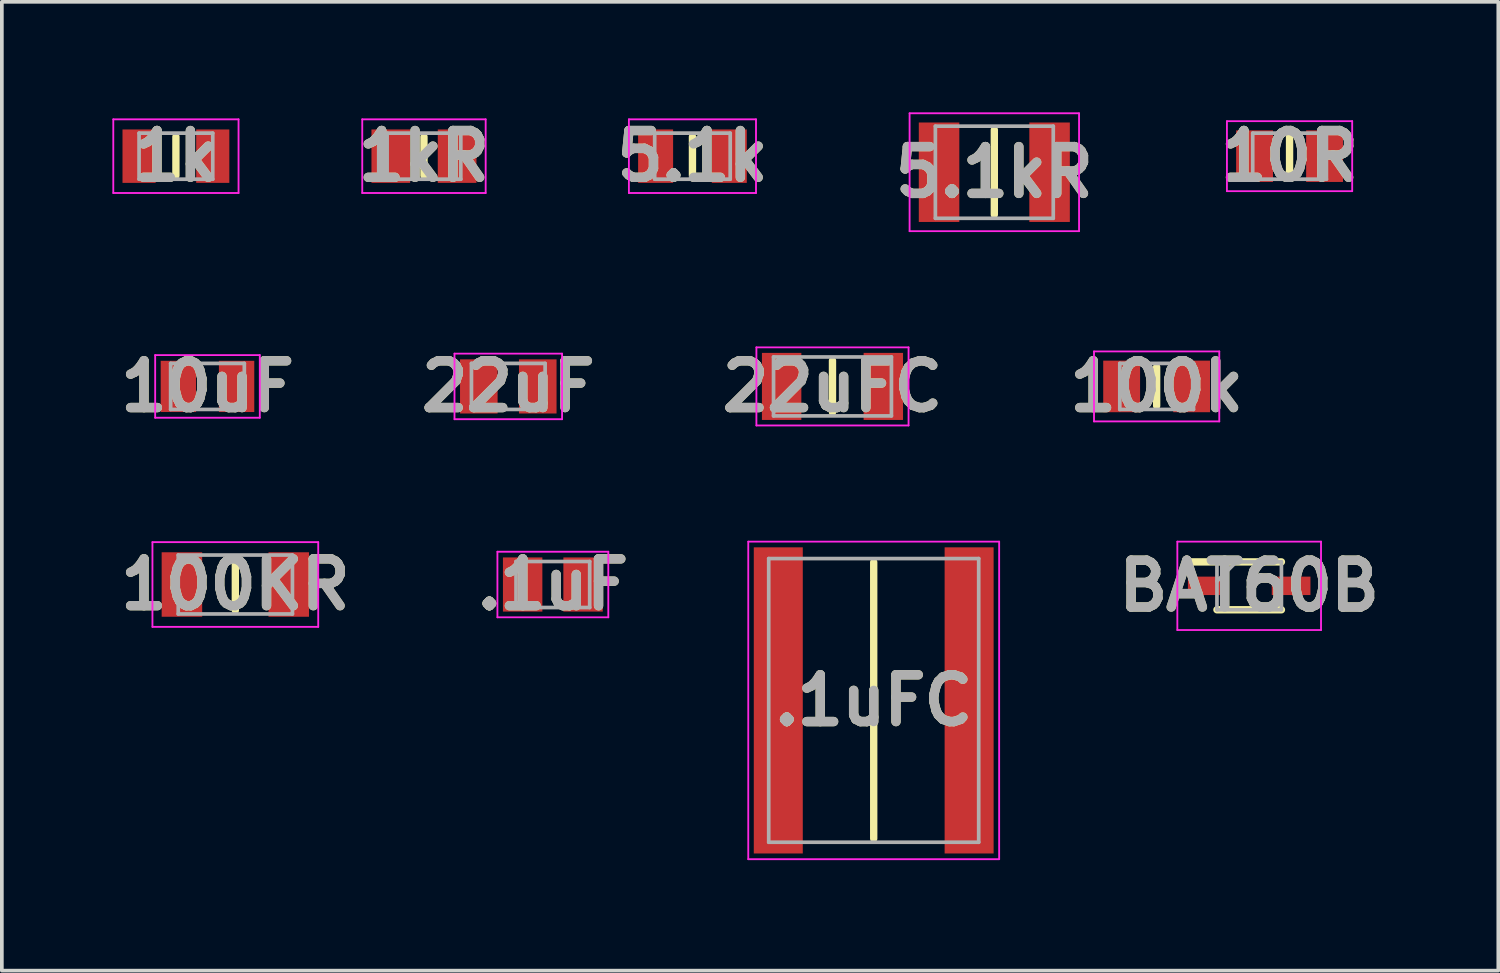
<source format=kicad_pcb>
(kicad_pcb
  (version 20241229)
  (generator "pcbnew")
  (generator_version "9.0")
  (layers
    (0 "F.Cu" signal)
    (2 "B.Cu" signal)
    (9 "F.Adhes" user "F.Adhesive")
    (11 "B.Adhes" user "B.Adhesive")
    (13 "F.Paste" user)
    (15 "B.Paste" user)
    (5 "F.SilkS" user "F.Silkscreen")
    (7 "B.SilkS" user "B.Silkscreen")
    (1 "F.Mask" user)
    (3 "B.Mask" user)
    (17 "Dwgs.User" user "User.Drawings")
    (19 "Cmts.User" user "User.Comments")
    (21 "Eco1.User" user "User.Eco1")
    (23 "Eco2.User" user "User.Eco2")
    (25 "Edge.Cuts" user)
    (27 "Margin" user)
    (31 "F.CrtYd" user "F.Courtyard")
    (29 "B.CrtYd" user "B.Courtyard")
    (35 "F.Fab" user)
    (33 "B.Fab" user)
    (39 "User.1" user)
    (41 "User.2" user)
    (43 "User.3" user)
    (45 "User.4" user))
  (footprint "BAT60B"
    (layer "F.Cu")
    (at 30.858 12.852)
    (property "Reference" "BAT60B" (at 0 0 0) (layer "F.SilkS") (effects (font (size 1.27 1.27) (thickness 0.254))))
    (attr smd)
    (fp_line (start -1.662 -0.65) (end 0.875 -0.65) (stroke (width 0.2) (type solid)) (layer "F.SilkS"))
    (fp_line (start -0.875 0.65) (end 0.875 0.65) (stroke (width 0.2) (type solid)) (layer "F.SilkS"))
    (fp_line (start -1.95 -1.2) (end 1.95 -1.2) (stroke (width 0.05) (type solid)) (layer "F.CrtYd"))
    (fp_line (start -1.95 1.2) (end -1.95 -1.2) (stroke (width 0.05) (type solid)) (layer "F.CrtYd"))
    (fp_line (start 1.95 -1.2) (end 1.95 1.2) (stroke (width 0.05) (type solid)) (layer "F.CrtYd"))
    (fp_line (start 1.95 1.2) (end -1.95 1.2) (stroke (width 0.05) (type solid)) (layer "F.CrtYd"))
    (fp_line (start -0.875 -0.65) (end 0.875 -0.65) (stroke (width 0.1) (type solid)) (layer "F.Fab"))
    (fp_line (start -0.875 -0.125) (end -0.35 -0.65) (stroke (width 0.1) (type solid)) (layer "F.Fab"))
    (fp_line (start -0.875 0.65) (end -0.875 -0.65) (stroke (width 0.1) (type solid)) (layer "F.Fab"))
    (fp_line (start 0.875 -0.65) (end 0.875 0.65) (stroke (width 0.1) (type solid)) (layer "F.Fab"))
    (fp_line (start 0.875 0.65) (end -0.875 0.65) (stroke (width 0.1) (type solid)) (layer "F.Fab"))
    (fp_text user "${REFERENCE}" (at 0 0 0) (layer "F.Fab") (effects (font (size 1.27 1.27) (thickness 0.254))))
    (pad "1" smd rect (at -1.138 0 90) (size 0.5 1.05) (layers "F.Cu" "F.Mask" "F.Paste"))
    (pad "2" smd rect (at 1.138 0 90) (size 0.5 1.05) (layers "F.Cu" "F.Mask" "F.Paste")))
  (footprint "10uF"
    (layer "F.Cu")
    (at 2.582 7.439)
    (property "Reference" "10uF" (at 0 0 0) (layer "F.SilkS") (effects (font (size 1.27 1.27) (thickness 0.254))))
    (attr smd)
    (fp_line (start -1.42 -0.85) (end 1.42 -0.85) (stroke (width 0.05) (type solid)) (layer "F.CrtYd"))
    (fp_line (start -1.42 0.85) (end -1.42 -0.85) (stroke (width 0.05) (type solid)) (layer "F.CrtYd"))
    (fp_line (start 1.42 -0.85) (end 1.42 0.85) (stroke (width 0.05) (type solid)) (layer "F.CrtYd"))
    (fp_line (start 1.42 0.85) (end -1.42 0.85) (stroke (width 0.05) (type solid)) (layer "F.CrtYd"))
    (fp_line (start -1 -0.625) (end 1 -0.625) (stroke (width 0.1) (type solid)) (layer "F.Fab"))
    (fp_line (start -1 0.625) (end -1 -0.625) (stroke (width 0.1) (type solid)) (layer "F.Fab"))
    (fp_line (start 1 -0.625) (end 1 0.625) (stroke (width 0.1) (type solid)) (layer "F.Fab"))
    (fp_line (start 1 0.625) (end -1 0.625) (stroke (width 0.1) (type solid)) (layer "F.Fab"))
    (fp_text user "${REFERENCE}" (at 0 0 0) (layer "F.Fab") (effects (font (size 1.27 1.27) (thickness 0.254))))
    (pad "1" smd rect (at -0.79 0) (size 0.96 1.39) (layers "F.Cu" "F.Mask" "F.Paste"))
    (pad "2" smd rect (at 0.79 0) (size 0.96 1.39) (layers "F.Cu" "F.Mask" "F.Paste")))
  (footprint ".1uFC"
    (layer "F.Cu")
    (at 20.666 15.962)
    (property "Reference" ".1uFC" (at 0 0 0) (layer "F.SilkS") (effects (font (size 1.27 1.27) (thickness 0.254))))
    (attr smd)
    (fp_line (start 0 -3.75) (end 0 3.75) (stroke (width 0.2) (type solid)) (layer "F.SilkS"))
    (fp_line (start -3.405 -4.31) (end 3.405 -4.31) (stroke (width 0.05) (type solid)) (layer "F.CrtYd"))
    (fp_line (start -3.405 4.31) (end -3.405 -4.31) (stroke (width 0.05) (type solid)) (layer "F.CrtYd"))
    (fp_line (start 3.405 -4.31) (end 3.405 4.31) (stroke (width 0.05) (type solid)) (layer "F.CrtYd"))
    (fp_line (start 3.405 4.31) (end -3.405 4.31) (stroke (width 0.05) (type solid)) (layer "F.CrtYd"))
    (fp_line (start -2.85 -3.85) (end 2.85 -3.85) (stroke (width 0.1) (type solid)) (layer "F.Fab"))
    (fp_line (start -2.85 3.85) (end -2.85 -3.85) (stroke (width 0.1) (type solid)) (layer "F.Fab"))
    (fp_line (start 2.85 -3.85) (end 2.85 3.85) (stroke (width 0.1) (type solid)) (layer "F.Fab"))
    (fp_line (start 2.85 3.85) (end -2.85 3.85) (stroke (width 0.1) (type solid)) (layer "F.Fab"))
    (fp_text user "${REFERENCE}" (at 0 0 0) (layer "F.Fab") (effects (font (size 1.27 1.27) (thickness 0.254))))
    (pad "1" smd rect (at -2.59 0) (size 1.33 8.31) (layers "F.Cu" "F.Mask" "F.Paste"))
    (pad "2" smd rect (at 2.59 0) (size 1.33 8.31) (layers "F.Cu" "F.Mask" "F.Paste")))
  (footprint "22uFC"
    (layer "F.Cu")
    (at 19.547 7.439)
    (property "Reference" "22uFC" (at 0 0 0) (layer "F.SilkS") (effects (font (size 1.27 1.27) (thickness 0.254))))
    (attr smd)
    (fp_line (start 0 -0.7) (end 0 0.7) (stroke (width 0.2) (type solid)) (layer "F.SilkS"))
    (fp_line (start -2.065 -1.06) (end 2.065 -1.06) (stroke (width 0.05) (type solid)) (layer "F.CrtYd"))
    (fp_line (start -2.065 1.06) (end -2.065 -1.06) (stroke (width 0.05) (type solid)) (layer "F.CrtYd"))
    (fp_line (start 2.065 -1.06) (end 2.065 1.06) (stroke (width 0.05) (type solid)) (layer "F.CrtYd"))
    (fp_line (start 2.065 1.06) (end -2.065 1.06) (stroke (width 0.05) (type solid)) (layer "F.CrtYd"))
    (fp_line (start -1.6 -0.8) (end 1.6 -0.8) (stroke (width 0.1) (type solid)) (layer "F.Fab"))
    (fp_line (start -1.6 0.8) (end -1.6 -0.8) (stroke (width 0.1) (type solid)) (layer "F.Fab"))
    (fp_line (start 1.6 -0.8) (end 1.6 0.8) (stroke (width 0.1) (type solid)) (layer "F.Fab"))
    (fp_line (start 1.6 0.8) (end -1.6 0.8) (stroke (width 0.1) (type solid)) (layer "F.Fab"))
    (fp_text user "${REFERENCE}" (at 0 0 0) (layer "F.Fab") (effects (font (size 1.27 1.27) (thickness 0.254))))
    (pad "1" smd rect (at -1.38 0) (size 1.07 1.82) (layers "F.Cu" "F.Mask" "F.Paste"))
    (pad "2" smd rect (at 1.38 0) (size 1.07 1.82) (layers "F.Cu" "F.Mask" "F.Paste")))
  (footprint "100k"
    (layer "F.Cu")
    (at 28.346 7.439)
    (property "Reference" "100k" (at 0 0 0) (layer "F.SilkS") (effects (font (size 1.27 1.27) (thickness 0.254))))
    (attr smd)
    (fp_line (start 0 -0.525) (end 0 0.525) (stroke (width 0.2) (type solid)) (layer "F.SilkS"))
    (fp_line (start -1.7 -0.95) (end 1.7 -0.95) (stroke (width 0.05) (type solid)) (layer "F.CrtYd"))
    (fp_line (start -1.7 0.95) (end -1.7 -0.95) (stroke (width 0.05) (type solid)) (layer "F.CrtYd"))
    (fp_line (start 1.7 -0.95) (end 1.7 0.95) (stroke (width 0.05) (type solid)) (layer "F.CrtYd"))
    (fp_line (start 1.7 0.95) (end -1.7 0.95) (stroke (width 0.05) (type solid)) (layer "F.CrtYd"))
    (fp_line (start -1 -0.625) (end 1 -0.625) (stroke (width 0.1) (type solid)) (layer "F.Fab"))
    (fp_line (start -1 0.625) (end -1 -0.625) (stroke (width 0.1) (type solid)) (layer "F.Fab"))
    (fp_line (start 1 -0.625) (end 1 0.625) (stroke (width 0.1) (type solid)) (layer "F.Fab"))
    (fp_line (start 1 0.625) (end -1 0.625) (stroke (width 0.1) (type solid)) (layer "F.Fab"))
    (fp_text user "${REFERENCE}" (at 0 0 0) (layer "F.Fab") (effects (font (size 1.27 1.27) (thickness 0.254))))
    (pad "1" smd rect (at -0.95 0) (size 1 1.4) (layers "F.Cu" "F.Mask" "F.Paste"))
    (pad "2" smd rect (at 0.95 0) (size 1 1.4) (layers "F.Cu" "F.Mask" "F.Paste")))
  (footprint "5.1k"
    (layer "F.Cu")
    (at 15.746 1.189)
    (property "Reference" "5.1k" (at 0 0 0) (layer "F.SilkS") (effects (font (size 1.27 1.27) (thickness 0.254))))
    (attr smd)
    (fp_line (start 0 -0.525) (end 0 0.525) (stroke (width 0.2) (type solid)) (layer "F.SilkS"))
    (fp_line (start -1.725 -1) (end 1.725 -1) (stroke (width 0.05) (type solid)) (layer "F.CrtYd"))
    (fp_line (start -1.725 1) (end -1.725 -1) (stroke (width 0.05) (type solid)) (layer "F.CrtYd"))
    (fp_line (start 1.725 -1) (end 1.725 1) (stroke (width 0.05) (type solid)) (layer "F.CrtYd"))
    (fp_line (start 1.725 1) (end -1.725 1) (stroke (width 0.05) (type solid)) (layer "F.CrtYd"))
    (fp_line (start -1.025 -0.625) (end 1.025 -0.625) (stroke (width 0.1) (type solid)) (layer "F.Fab"))
    (fp_line (start -1.025 0.625) (end -1.025 -0.625) (stroke (width 0.1) (type solid)) (layer "F.Fab"))
    (fp_line (start 1.025 -0.625) (end 1.025 0.625) (stroke (width 0.1) (type solid)) (layer "F.Fab"))
    (fp_line (start 1.025 0.625) (end -1.025 0.625) (stroke (width 0.1) (type solid)) (layer "F.Fab"))
    (fp_text user "${REFERENCE}" (at 0 0 0) (layer "F.Fab") (effects (font (size 1.27 1.27) (thickness 0.254))))
    (pad "1" smd rect (at -1 0) (size 0.95 1.45) (layers "F.Cu" "F.Mask" "F.Paste"))
    (pad "2" smd rect (at 1 0) (size 0.95 1.45) (layers "F.Cu" "F.Mask" "F.Paste")))
  (footprint "1k"
    (layer "F.Cu")
    (at 1.725 1.189)
    (property "Reference" "1k" (at 0 0 0) (layer "F.SilkS") (effects (font (size 1.27 1.27) (thickness 0.254))))
    (attr smd)
    (fp_line (start 0 -0.525) (end 0 0.525) (stroke (width 0.2) (type solid)) (layer "F.SilkS"))
    (fp_line (start -1.7 -1) (end 1.7 -1) (stroke (width 0.05) (type solid)) (layer "F.CrtYd"))
    (fp_line (start -1.7 1) (end -1.7 -1) (stroke (width 0.05) (type solid)) (layer "F.CrtYd"))
    (fp_line (start 1.7 -1) (end 1.7 1) (stroke (width 0.05) (type solid)) (layer "F.CrtYd"))
    (fp_line (start 1.7 1) (end -1.7 1) (stroke (width 0.05) (type solid)) (layer "F.CrtYd"))
    (fp_line (start -1 -0.625) (end 1 -0.625) (stroke (width 0.1) (type solid)) (layer "F.Fab"))
    (fp_line (start -1 0.625) (end -1 -0.625) (stroke (width 0.1) (type solid)) (layer "F.Fab"))
    (fp_line (start 1 -0.625) (end 1 0.625) (stroke (width 0.1) (type solid)) (layer "F.Fab"))
    (fp_line (start 1 0.625) (end -1 0.625) (stroke (width 0.1) (type solid)) (layer "F.Fab"))
    (fp_text user "${REFERENCE}" (at 0 0 0) (layer "F.Fab") (effects (font (size 1.27 1.27) (thickness 0.254))))
    (pad "1" smd rect (at -1 0) (size 0.9 1.45) (layers "F.Cu" "F.Mask" "F.Paste"))
    (pad "2" smd rect (at 1 0) (size 0.9 1.45) (layers "F.Cu" "F.Mask" "F.Paste")))
  (footprint "100KR"
    (layer "F.Cu")
    (at 3.338 12.816)
    (property "Reference" "100KR" (at 0 0 0) (layer "F.SilkS") (effects (font (size 1.27 1.27) (thickness 0.254))))
    (attr smd)
    (fp_line (start 0 -0.7) (end 0 0.7) (stroke (width 0.2) (type solid)) (layer "F.SilkS"))
    (fp_line (start -2.25 -1.15) (end 2.25 -1.15) (stroke (width 0.05) (type solid)) (layer "F.CrtYd"))
    (fp_line (start -2.25 1.15) (end -2.25 -1.15) (stroke (width 0.05) (type solid)) (layer "F.CrtYd"))
    (fp_line (start 2.25 -1.15) (end 2.25 1.15) (stroke (width 0.05) (type solid)) (layer "F.CrtYd"))
    (fp_line (start 2.25 1.15) (end -2.25 1.15) (stroke (width 0.05) (type solid)) (layer "F.CrtYd"))
    (fp_line (start -1.55 -0.8) (end 1.55 -0.8) (stroke (width 0.1) (type solid)) (layer "F.Fab"))
    (fp_line (start -1.55 0.8) (end -1.55 -0.8) (stroke (width 0.1) (type solid)) (layer "F.Fab"))
    (fp_line (start 1.55 -0.8) (end 1.55 0.8) (stroke (width 0.1) (type solid)) (layer "F.Fab"))
    (fp_line (start 1.55 0.8) (end -1.55 0.8) (stroke (width 0.1) (type solid)) (layer "F.Fab"))
    (fp_text user "${REFERENCE}" (at 0 0 0) (layer "F.Fab") (effects (font (size 1.27 1.27) (thickness 0.254))))
    (pad "1" smd rect (at -1.45 0) (size 1.1 1.75) (layers "F.Cu" "F.Mask" "F.Paste"))
    (pad "2" smd rect (at 1.45 0) (size 1.1 1.75) (layers "F.Cu" "F.Mask" "F.Paste")))
  (footprint "1kR"
    (layer "F.Cu")
    (at 8.458 1.189)
    (property "Reference" "1kR" (at 0 0 0) (layer "F.SilkS") (effects (font (size 1.27 1.27) (thickness 0.254))))
    (attr smd)
    (fp_line (start 0 -0.525) (end 0 0.525) (stroke (width 0.2) (type solid)) (layer "F.SilkS"))
    (fp_line (start -1.675 -1) (end 1.675 -1) (stroke (width 0.05) (type solid)) (layer "F.CrtYd"))
    (fp_line (start -1.675 1) (end -1.675 -1) (stroke (width 0.05) (type solid)) (layer "F.CrtYd"))
    (fp_line (start 1.675 -1) (end 1.675 1) (stroke (width 0.05) (type solid)) (layer "F.CrtYd"))
    (fp_line (start 1.675 1) (end -1.675 1) (stroke (width 0.05) (type solid)) (layer "F.CrtYd"))
    (fp_line (start -1 -0.625) (end 1 -0.625) (stroke (width 0.1) (type solid)) (layer "F.Fab"))
    (fp_line (start -1 0.625) (end -1 -0.625) (stroke (width 0.1) (type solid)) (layer "F.Fab"))
    (fp_line (start 1 -0.625) (end 1 0.625) (stroke (width 0.1) (type solid)) (layer "F.Fab"))
    (fp_line (start 1 0.625) (end -1 0.625) (stroke (width 0.1) (type solid)) (layer "F.Fab"))
    (fp_text user "${REFERENCE}" (at 0 0 0) (layer "F.Fab") (effects (font (size 1.27 1.27) (thickness 0.254))))
    (pad "1" smd rect (at -0.9 0) (size 1.05 1.45) (layers "F.Cu" "F.Mask" "F.Paste"))
    (pad "2" smd rect (at 0.9 0) (size 1.05 1.45) (layers "F.Cu" "F.Mask" "F.Paste")))
  (footprint "10R"
    (layer "F.Cu")
    (at 31.954 1.189)
    (property "Reference" "10R" (at 0 0 0) (layer "F.SilkS") (effects (font (size 1.27 1.27) (thickness 0.254))))
    (attr smd)
    (fp_line (start 0 -0.525) (end 0 0.525) (stroke (width 0.2) (type solid)) (layer "F.SilkS"))
    (fp_line (start -1.7 -0.95) (end 1.7 -0.95) (stroke (width 0.05) (type solid)) (layer "F.CrtYd"))
    (fp_line (start -1.7 0.95) (end -1.7 -0.95) (stroke (width 0.05) (type solid)) (layer "F.CrtYd"))
    (fp_line (start 1.7 -0.95) (end 1.7 0.95) (stroke (width 0.05) (type solid)) (layer "F.CrtYd"))
    (fp_line (start 1.7 0.95) (end -1.7 0.95) (stroke (width 0.05) (type solid)) (layer "F.CrtYd"))
    (fp_line (start -1 -0.625) (end 1 -0.625) (stroke (width 0.1) (type solid)) (layer "F.Fab"))
    (fp_line (start -1 0.625) (end -1 -0.625) (stroke (width 0.1) (type solid)) (layer "F.Fab"))
    (fp_line (start 1 -0.625) (end 1 0.625) (stroke (width 0.1) (type solid)) (layer "F.Fab"))
    (fp_line (start 1 0.625) (end -1 0.625) (stroke (width 0.1) (type solid)) (layer "F.Fab"))
    (fp_text user "${REFERENCE}" (at 0 0 0) (layer "F.Fab") (effects (font (size 1.27 1.27) (thickness 0.254))))
    (pad "1" smd rect (at -0.95 0) (size 1 1.4) (layers "F.Cu" "F.Mask" "F.Paste"))
    (pad "2" smd rect (at 0.95 0) (size 1 1.4) (layers "F.Cu" "F.Mask" "F.Paste")))
  (footprint "22uF"
    (layer "F.Cu")
    (at 10.747 7.439)
    (property "Reference" "22uF" (at 0 0 0) (layer "F.SilkS") (effects (font (size 1.27 1.27) (thickness 0.254))))
    (attr smd)
    (fp_line (start -1.46 -0.89) (end 1.46 -0.89) (stroke (width 0.05) (type solid)) (layer "F.CrtYd"))
    (fp_line (start -1.46 0.89) (end -1.46 -0.89) (stroke (width 0.05) (type solid)) (layer "F.CrtYd"))
    (fp_line (start 1.46 -0.89) (end 1.46 0.89) (stroke (width 0.05) (type solid)) (layer "F.CrtYd"))
    (fp_line (start 1.46 0.89) (end -1.46 0.89) (stroke (width 0.05) (type solid)) (layer "F.CrtYd"))
    (fp_line (start -1 -0.625) (end 1 -0.625) (stroke (width 0.1) (type solid)) (layer "F.Fab"))
    (fp_line (start -1 0.625) (end -1 -0.625) (stroke (width 0.1) (type solid)) (layer "F.Fab"))
    (fp_line (start 1 -0.625) (end 1 0.625) (stroke (width 0.1) (type solid)) (layer "F.Fab"))
    (fp_line (start 1 0.625) (end -1 0.625) (stroke (width 0.1) (type solid)) (layer "F.Fab"))
    (fp_text user "${REFERENCE}" (at 0 0 0) (layer "F.Fab") (effects (font (size 1.27 1.27) (thickness 0.254))))
    (pad "1" smd rect (at -0.8 0) (size 1.02 1.47) (layers "F.Cu" "F.Mask" "F.Paste"))
    (pad "2" smd rect (at 0.8 0) (size 1.02 1.47) (layers "F.Cu" "F.Mask" "F.Paste")))
  (footprint "5.1kR"
    (layer "F.Cu")
    (at 23.94 1.625)
    (property "Reference" "5.1kR" (at 0 0 0) (layer "F.SilkS") (effects (font (size 1.27 1.27) (thickness 0.254))))
    (attr smd)
    (fp_line (start 0 -1.15) (end 0 1.15) (stroke (width 0.2) (type solid)) (layer "F.SilkS"))
    (fp_line (start -2.3 -1.6) (end 2.3 -1.6) (stroke (width 0.05) (type solid)) (layer "F.CrtYd"))
    (fp_line (start -2.3 1.6) (end -2.3 -1.6) (stroke (width 0.05) (type solid)) (layer "F.CrtYd"))
    (fp_line (start 2.3 -1.6) (end 2.3 1.6) (stroke (width 0.05) (type solid)) (layer "F.CrtYd"))
    (fp_line (start 2.3 1.6) (end -2.3 1.6) (stroke (width 0.05) (type solid)) (layer "F.CrtYd"))
    (fp_line (start -1.6 -1.25) (end 1.6 -1.25) (stroke (width 0.1) (type solid)) (layer "F.Fab"))
    (fp_line (start -1.6 1.25) (end -1.6 -1.25) (stroke (width 0.1) (type solid)) (layer "F.Fab"))
    (fp_line (start 1.6 -1.25) (end 1.6 1.25) (stroke (width 0.1) (type solid)) (layer "F.Fab"))
    (fp_line (start 1.6 1.25) (end -1.6 1.25) (stroke (width 0.1) (type solid)) (layer "F.Fab"))
    (fp_text user "${REFERENCE}" (at 0 0 0) (layer "F.Fab") (effects (font (size 1.27 1.27) (thickness 0.254))))
    (pad "1" smd rect (at -1.5 0) (size 1.1 2.7) (layers "F.Cu" "F.Mask" "F.Paste"))
    (pad "2" smd rect (at 1.5 0) (size 1.1 2.7) (layers "F.Cu" "F.Mask" "F.Paste")))
  (footprint ".1uF"
    (layer "F.Cu")
    (at 11.957 12.816)
    (property "Reference" ".1uF" (at 0 0 0) (layer "F.SilkS") (effects (font (size 1.27 1.27) (thickness 0.254))))
    (attr smd)
    (fp_line (start -1.505 -0.89) (end 1.505 -0.89) (stroke (width 0.05) (type solid)) (layer "F.CrtYd"))
    (fp_line (start -1.505 0.89) (end -1.505 -0.89) (stroke (width 0.05) (type solid)) (layer "F.CrtYd"))
    (fp_line (start 1.505 -0.89) (end 1.505 0.89) (stroke (width 0.05) (type solid)) (layer "F.CrtYd"))
    (fp_line (start 1.505 0.89) (end -1.505 0.89) (stroke (width 0.05) (type solid)) (layer "F.CrtYd"))
    (fp_line (start -1 -0.625) (end 1 -0.625) (stroke (width 0.1) (type solid)) (layer "F.Fab"))
    (fp_line (start -1 0.625) (end -1 -0.625) (stroke (width 0.1) (type solid)) (layer "F.Fab"))
    (fp_line (start 1 -0.625) (end 1 0.625) (stroke (width 0.1) (type solid)) (layer "F.Fab"))
    (fp_line (start 1 0.625) (end -1 0.625) (stroke (width 0.1) (type solid)) (layer "F.Fab"))
    (fp_text user "${REFERENCE}" (at 0 0 0) (layer "F.Fab") (effects (font (size 1.27 1.27) (thickness 0.254))))
    (pad "1" smd rect (at -0.82 0) (size 1.07 1.47) (layers "F.Cu" "F.Mask" "F.Paste"))
    (pad "2" smd rect (at 0.82 0) (size 1.07 1.47) (layers "F.Cu" "F.Mask" "F.Paste")))
  (gr_rect
    (start -3 -3)
    (end 37.62 23.297)
    (stroke (width 0.1) (type default))
    (fill no)
    (layer "Edge.Cuts")))
</source>
